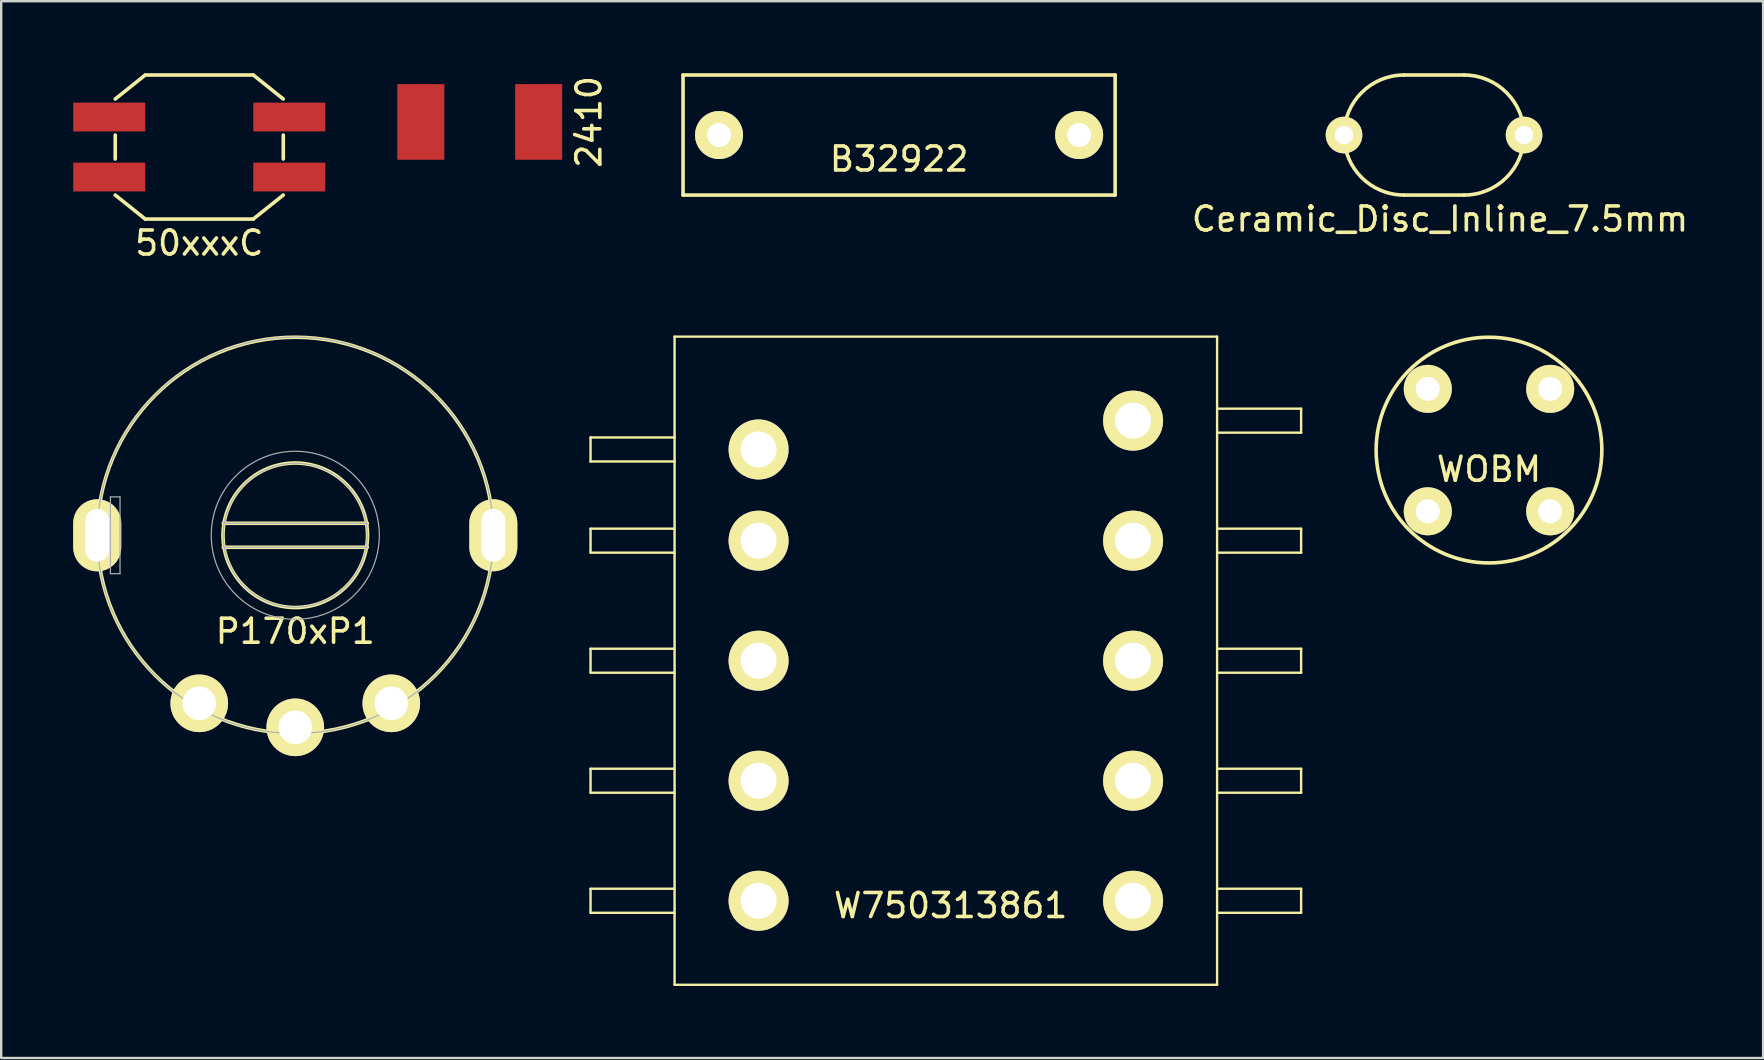
<source format=kicad_pcb>
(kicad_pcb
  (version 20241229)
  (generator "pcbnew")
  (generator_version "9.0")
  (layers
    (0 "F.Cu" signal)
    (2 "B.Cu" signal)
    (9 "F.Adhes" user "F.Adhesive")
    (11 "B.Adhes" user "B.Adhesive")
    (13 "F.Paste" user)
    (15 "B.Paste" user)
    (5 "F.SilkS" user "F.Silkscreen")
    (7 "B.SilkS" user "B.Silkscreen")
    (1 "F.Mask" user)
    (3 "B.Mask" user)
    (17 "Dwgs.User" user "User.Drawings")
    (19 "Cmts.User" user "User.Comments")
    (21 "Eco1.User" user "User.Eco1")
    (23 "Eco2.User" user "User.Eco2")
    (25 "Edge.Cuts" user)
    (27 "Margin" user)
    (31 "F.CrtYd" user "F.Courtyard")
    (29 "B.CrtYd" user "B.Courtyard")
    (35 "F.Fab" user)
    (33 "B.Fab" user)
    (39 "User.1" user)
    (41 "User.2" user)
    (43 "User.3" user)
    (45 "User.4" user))
  (footprint "50xxxC"
    (layer "F.Cu")
    (at 1.5 1.825)
    (property "Reference" "50xxxC" (at 3.75 5.25 0) (layer "F.SilkS") (effects (font (size 1 1) (thickness 0.15))))
    (attr through_hole)
    (fp_line (start 0.25 -0.75) (end 1.5 -1.75) (stroke (width 0.15) (type solid)) (layer "F.SilkS"))
    (fp_line (start 0.25 0.75) (end 0.25 1.75) (stroke (width 0.15) (type solid)) (layer "F.SilkS"))
    (fp_line (start 0.25 3.25) (end 1.5 4.25) (stroke (width 0.15) (type solid)) (layer "F.SilkS"))
    (fp_line (start 1.5 4.25) (end 6 4.25) (stroke (width 0.15) (type solid)) (layer "F.SilkS"))
    (fp_line (start 6 -1.75) (end 1.5 -1.75) (stroke (width 0.15) (type solid)) (layer "F.SilkS"))
    (fp_line (start 7.25 -0.75) (end 6 -1.75) (stroke (width 0.15) (type solid)) (layer "F.SilkS"))
    (fp_line (start 7.25 1.75) (end 7.25 0.75) (stroke (width 0.15) (type solid)) (layer "F.SilkS"))
    (fp_line (start 7.25 3.25) (end 6 4.25) (stroke (width 0.15) (type solid)) (layer "F.SilkS"))
    (pad "1" smd rect (at 0 0) (size 3 1.2) (layers "F.Cu" "F.Mask" "F.Paste"))
    (pad "2" smd rect (at 0 2.5) (size 3 1.2) (layers "F.Cu" "F.Mask" "F.Paste"))
    (pad "3" smd rect (at 7.5 2.5) (size 3 1.2) (layers "F.Cu" "F.Mask" "F.Paste"))
    (pad "4" smd rect (at 7.5 0) (size 3 1.2) (layers "F.Cu" "F.Mask" "F.Paste")))
  (footprint "WOBM"
    (layer "F.Cu")
    (at 58.976 15.699)
    (property "Reference" "WOBM" (at 0 0.8 0) (layer "F.SilkS") (effects (font (size 1 1) (thickness 0.15))))
    (attr through_hole)
    (fp_circle (center 0 0) (end 4.7 -0.1) (stroke (width 0.15) (type solid)) (fill no) (layer "F.SilkS"))
    (pad "1" thru_hole circle (at -2.55 -2.55) (size 2 2) (drill 1) (layers "*.Cu" "*.Mask" "F.SilkS"))
    (pad "2" thru_hole circle (at -2.55 2.55) (size 2 2) (drill 1) (layers "*.Cu" "*.Mask" "F.SilkS"))
    (pad "3" thru_hole circle (at 2.55 2.55) (size 2 2) (drill 1) (layers "*.Cu" "*.Mask" "F.SilkS"))
    (pad "4" thru_hole circle (at 2.55 -2.55) (size 2 2) (drill 1) (layers "*.Cu" "*.Mask" "F.SilkS")))
  (footprint "B32922"
    (layer "F.Cu")
    (at 26.903 2.575)
    (property "Reference" "B32922" (at 7.5 1 0) (layer "F.SilkS") (effects (font (size 1 1) (thickness 0.15))))
    (attr through_hole)
    (fp_line (start -1.5 -2.5) (end -1.5 2.5) (stroke (width 0.15) (type solid)) (layer "F.SilkS"))
    (fp_line (start -1.5 2.5) (end 16.5 2.5) (stroke (width 0.15) (type solid)) (layer "F.SilkS"))
    (fp_line (start 16.5 -2.5) (end -1.5 -2.5) (stroke (width 0.15) (type solid)) (layer "F.SilkS"))
    (fp_line (start 16.5 2.5) (end 16.5 -2.5) (stroke (width 0.15) (type solid)) (layer "F.SilkS"))
    (pad "1" thru_hole circle (at 0 0) (size 2 2) (drill 1) (layers "*.Cu" "*.Mask" "F.SilkS"))
    (pad "2" thru_hole circle (at 15 0) (size 2 2) (drill 1) (layers "*.Cu" "*.Mask" "F.SilkS")))
  (footprint "P170xP1"
    (layer "F.Cu")
    (at 9.25 19.248)
    (property "Reference" "P170xP1" (at 0 4 0) (layer "F.SilkS") (effects (font (size 1 1) (thickness 0.15))))
    (attr through_hole)
    (fp_line (start 3 -0.5) (end -3 -0.5) (stroke (width 0.15) (type solid)) (layer "F.SilkS"))
    (fp_line (start 3 0.5) (end -3 0.5) (stroke (width 0.15) (type solid)) (layer "F.SilkS"))
    (fp_circle (center 0 0) (end 3 -0.25) (stroke (width 0.15) (type solid)) (fill no) (layer "F.SilkS"))
    (fp_circle (center 0 0) (end 8.25 0) (stroke (width 0.15) (type solid)) (fill no) (layer "F.SilkS"))
    (fp_line (start -7.7 -1.6) (end -7.7 1.6) (stroke (width 0.05) (type solid)) (layer "F.Fab"))
    (fp_line (start -7.7 1.6) (end -7.3 1.6) (stroke (width 0.05) (type solid)) (layer "F.Fab"))
    (fp_line (start -7.3 -1.6) (end -7.7 -1.6) (stroke (width 0.05) (type solid)) (layer "F.Fab"))
    (fp_line (start -7.3 0) (end -7.3 -1.6) (stroke (width 0.05) (type solid)) (layer "F.Fab"))
    (fp_line (start -7.3 1.6) (end -7.3 0) (stroke (width 0.05) (type solid)) (layer "F.Fab"))
    (fp_line (start -3 -0.5) (end 3 -0.5) (stroke (width 0.05) (type solid)) (layer "F.Fab"))
    (fp_line (start 3 0.5) (end -3 0.5) (stroke (width 0.05) (type solid)) (layer "F.Fab"))
    (fp_circle (center 0 0) (end 3 0) (stroke (width 0.05) (type solid)) (fill no) (layer "F.Fab"))
    (fp_circle (center 0 0) (end 3.5 0) (stroke (width 0.05) (type solid)) (fill no) (layer "F.Fab"))
    (fp_circle (center 0 0) (end 8.25 -0.25) (stroke (width 0.05) (type solid)) (fill no) (layer "F.Fab"))
    (pad "1" thru_hole circle (at 4 7) (size 2.4 2.4) (drill 1.4) (layers "*.Cu" "*.Mask" "F.SilkS"))
    (pad "2" thru_hole circle (at 0 8) (size 2.4 2.4) (drill 1.4) (layers "*.Cu" "*.Mask" "F.SilkS"))
    (pad "3" thru_hole circle (at -4 7) (size 2.4 2.4) (drill 1.4) (layers "*.Cu" "*.Mask" "F.SilkS"))
    (pad "4" thru_hole oval (at -8.25 0) (size 2 3) (drill oval 1 2.2) (layers "*.Cu" "*.Mask" "F.SilkS"))
    (pad "5" thru_hole oval (at 8.25 0) (size 2 3) (drill oval 1 2.2) (layers "*.Cu" "*.Mask" "F.SilkS")))
  (footprint "2410"
    (layer "F.Cu")
    (at 14.48 2.03)
    (property "Reference" "2410" (at 7 0 90) (layer "F.SilkS") (effects (font (size 1 1) (thickness 0.15))))
    (attr through_hole)
    (pad "1" smd rect (at 0 0) (size 1.96 3.15) (layers "F.Cu" "F.Mask" "F.Paste"))
    (pad "2" smd rect (at 4.91 0) (size 1.96 3.15) (layers "F.Cu" "F.Mask" "F.Paste")))
  (footprint "W750313861"
    (layer "F.Cu")
    (at 28.55 15.673)
    (property "Reference" "W750313861" (at 8 19 0) (layer "F.SilkS") (effects (font (size 1 1) (thickness 0.15))))
    (attr through_hole)
    (fp_line (start -7 -0.5) (end -7 0.5) (stroke (width 0.1) (type solid)) (layer "F.SilkS"))
    (fp_line (start -7 -0.5) (end -3.5 -0.5) (stroke (width 0.1) (type solid)) (layer "F.SilkS"))
    (fp_line (start -7 3.3) (end -7 4.3) (stroke (width 0.1) (type solid)) (layer "F.SilkS"))
    (fp_line (start -7 3.3) (end -3.5 3.3) (stroke (width 0.1) (type solid)) (layer "F.SilkS"))
    (fp_line (start -7 8.3) (end -7 9.3) (stroke (width 0.1) (type solid)) (layer "F.SilkS"))
    (fp_line (start -7 8.3) (end -3.5 8.3) (stroke (width 0.1) (type solid)) (layer "F.SilkS"))
    (fp_line (start -7 13.3) (end -7 14.3) (stroke (width 0.1) (type solid)) (layer "F.SilkS"))
    (fp_line (start -7 13.3) (end -3.5 13.3) (stroke (width 0.1) (type solid)) (layer "F.SilkS"))
    (fp_line (start -7 18.3) (end -7 19.3) (stroke (width 0.1) (type solid)) (layer "F.SilkS"))
    (fp_line (start -7 18.3) (end -3.5 18.3) (stroke (width 0.1) (type solid)) (layer "F.SilkS"))
    (fp_line (start -3.5 -4.7) (end -3.5 22.3) (stroke (width 0.1) (type solid)) (layer "F.SilkS"))
    (fp_line (start -3.5 -4.7) (end 19.1 -4.7) (stroke (width 0.1) (type solid)) (layer "F.SilkS"))
    (fp_line (start -3.5 0.5) (end -7 0.5) (stroke (width 0.1) (type solid)) (layer "F.SilkS"))
    (fp_line (start -3.5 4.3) (end -7 4.3) (stroke (width 0.1) (type solid)) (layer "F.SilkS"))
    (fp_line (start -3.5 9.3) (end -7 9.3) (stroke (width 0.1) (type solid)) (layer "F.SilkS"))
    (fp_line (start -3.5 14.3) (end -7 14.3) (stroke (width 0.1) (type solid)) (layer "F.SilkS"))
    (fp_line (start -3.5 19.3) (end -7 19.3) (stroke (width 0.1) (type solid)) (layer "F.SilkS"))
    (fp_line (start -3.5 22.3) (end 19.1 22.3) (stroke (width 0.1) (type solid)) (layer "F.SilkS"))
    (fp_line (start 19.1 -4.7) (end 19.1 22.3) (stroke (width 0.1) (type solid)) (layer "F.SilkS"))
    (fp_line (start 19.1 -1.7) (end 22.6 -1.7) (stroke (width 0.1) (type solid)) (layer "F.SilkS"))
    (fp_line (start 19.1 3.3) (end 22.6 3.3) (stroke (width 0.1) (type solid)) (layer "F.SilkS"))
    (fp_line (start 19.1 8.3) (end 22.6 8.3) (stroke (width 0.1) (type solid)) (layer "F.SilkS"))
    (fp_line (start 19.1 13.3) (end 22.6 13.3) (stroke (width 0.1) (type solid)) (layer "F.SilkS"))
    (fp_line (start 19.1 18.3) (end 22.6 18.3) (stroke (width 0.1) (type solid)) (layer "F.SilkS"))
    (fp_line (start 22.6 -1.7) (end 22.6 -0.7) (stroke (width 0.1) (type solid)) (layer "F.SilkS"))
    (fp_line (start 22.6 -0.7) (end 19.1 -0.7) (stroke (width 0.1) (type solid)) (layer "F.SilkS"))
    (fp_line (start 22.6 3.3) (end 22.6 4.3) (stroke (width 0.1) (type solid)) (layer "F.SilkS"))
    (fp_line (start 22.6 4.3) (end 19.1 4.3) (stroke (width 0.1) (type solid)) (layer "F.SilkS"))
    (fp_line (start 22.6 8.3) (end 22.6 9.3) (stroke (width 0.1) (type solid)) (layer "F.SilkS"))
    (fp_line (start 22.6 9.3) (end 19.1 9.3) (stroke (width 0.1) (type solid)) (layer "F.SilkS"))
    (fp_line (start 22.6 13.3) (end 22.6 14.3) (stroke (width 0.1) (type solid)) (layer "F.SilkS"))
    (fp_line (start 22.6 14.3) (end 19.1 14.3) (stroke (width 0.1) (type solid)) (layer "F.SilkS"))
    (fp_line (start 22.6 18.3) (end 22.6 19.3) (stroke (width 0.1) (type solid)) (layer "F.SilkS"))
    (fp_line (start 22.6 19.3) (end 19.1 19.3) (stroke (width 0.1) (type solid)) (layer "F.SilkS"))
    (pad "1" thru_hole circle (at 0 0) (size 2.5 2.5) (drill 1.5) (layers "*.Cu" "*.Mask" "F.SilkS"))
    (pad "2" thru_hole circle (at 0 3.8) (size 2.5 2.5) (drill 1.5) (layers "*.Cu" "*.Mask" "F.SilkS"))
    (pad "3" thru_hole circle (at 0 8.8) (size 2.5 2.5) (drill 1.5) (layers "*.Cu" "*.Mask" "F.SilkS"))
    (pad "4" thru_hole circle (at 0 13.8) (size 2.5 2.5) (drill 1.5) (layers "*.Cu" "*.Mask" "F.SilkS"))
    (pad "5" thru_hole circle (at 0 18.8) (size 2.5 2.5) (drill 1.5) (layers "*.Cu" "*.Mask" "F.SilkS"))
    (pad "6" thru_hole circle (at 15.6 18.8) (size 2.5 2.5) (drill 1.5) (layers "*.Cu" "*.Mask" "F.SilkS"))
    (pad "7" thru_hole circle (at 15.6 13.8) (size 2.5 2.5) (drill 1.5) (layers "*.Cu" "*.Mask" "F.SilkS"))
    (pad "8" thru_hole circle (at 15.6 8.8) (size 2.5 2.5) (drill 1.5) (layers "*.Cu" "*.Mask" "F.SilkS"))
    (pad "9" thru_hole circle (at 15.6 3.8) (size 2.5 2.5) (drill 1.5) (layers "*.Cu" "*.Mask" "F.SilkS"))
    (pad "10" thru_hole circle (at 15.6 -1.2) (size 2.5 2.5) (drill 1.5) (layers "*.Cu" "*.Mask" "F.SilkS")))
  (footprint "Ceramic_Disc_Inline_7.5mm"
    (layer "F.Cu")
    (at 52.937 2.575)
    (property "Reference" "Ceramic_Disc_Inline_7.5mm" (at 4 3.5 0) (layer "F.SilkS") (effects (font (size 1 1) (thickness 0.15))))
    (attr through_hole)
    (fp_line (start 2.5 -2.5) (end 5 -2.5) (stroke (width 0.15) (type solid)) (layer "F.SilkS"))
    (fp_line (start 5 2.5) (end 2.5 2.5) (stroke (width 0.15) (type solid)) (layer "F.SilkS"))
    (fp_arc (start 2.5 2.5) (mid 0 0) (end 2.5 -2.5) (stroke (width 0.15) (type solid)) (layer "F.SilkS"))
    (fp_arc (start 5 -2.5) (mid 7.5 0) (end 5 2.5) (stroke (width 0.15) (type solid)) (layer "F.SilkS"))
    (pad "1" thru_hole circle (at 0 0) (size 1.524 1.524) (drill 0.762) (layers "*.Cu" "*.Mask" "F.SilkS"))
    (pad "2" thru_hole circle (at 7.5 0) (size 1.524 1.524) (drill 0.762) (layers "*.Cu" "*.Mask" "F.SilkS")))
  (gr_rect
    (start -3 -3)
    (end 70.395 41.023)
    (stroke (width 0.1) (type default))
    (fill no)
    (layer "Edge.Cuts")))
</source>
